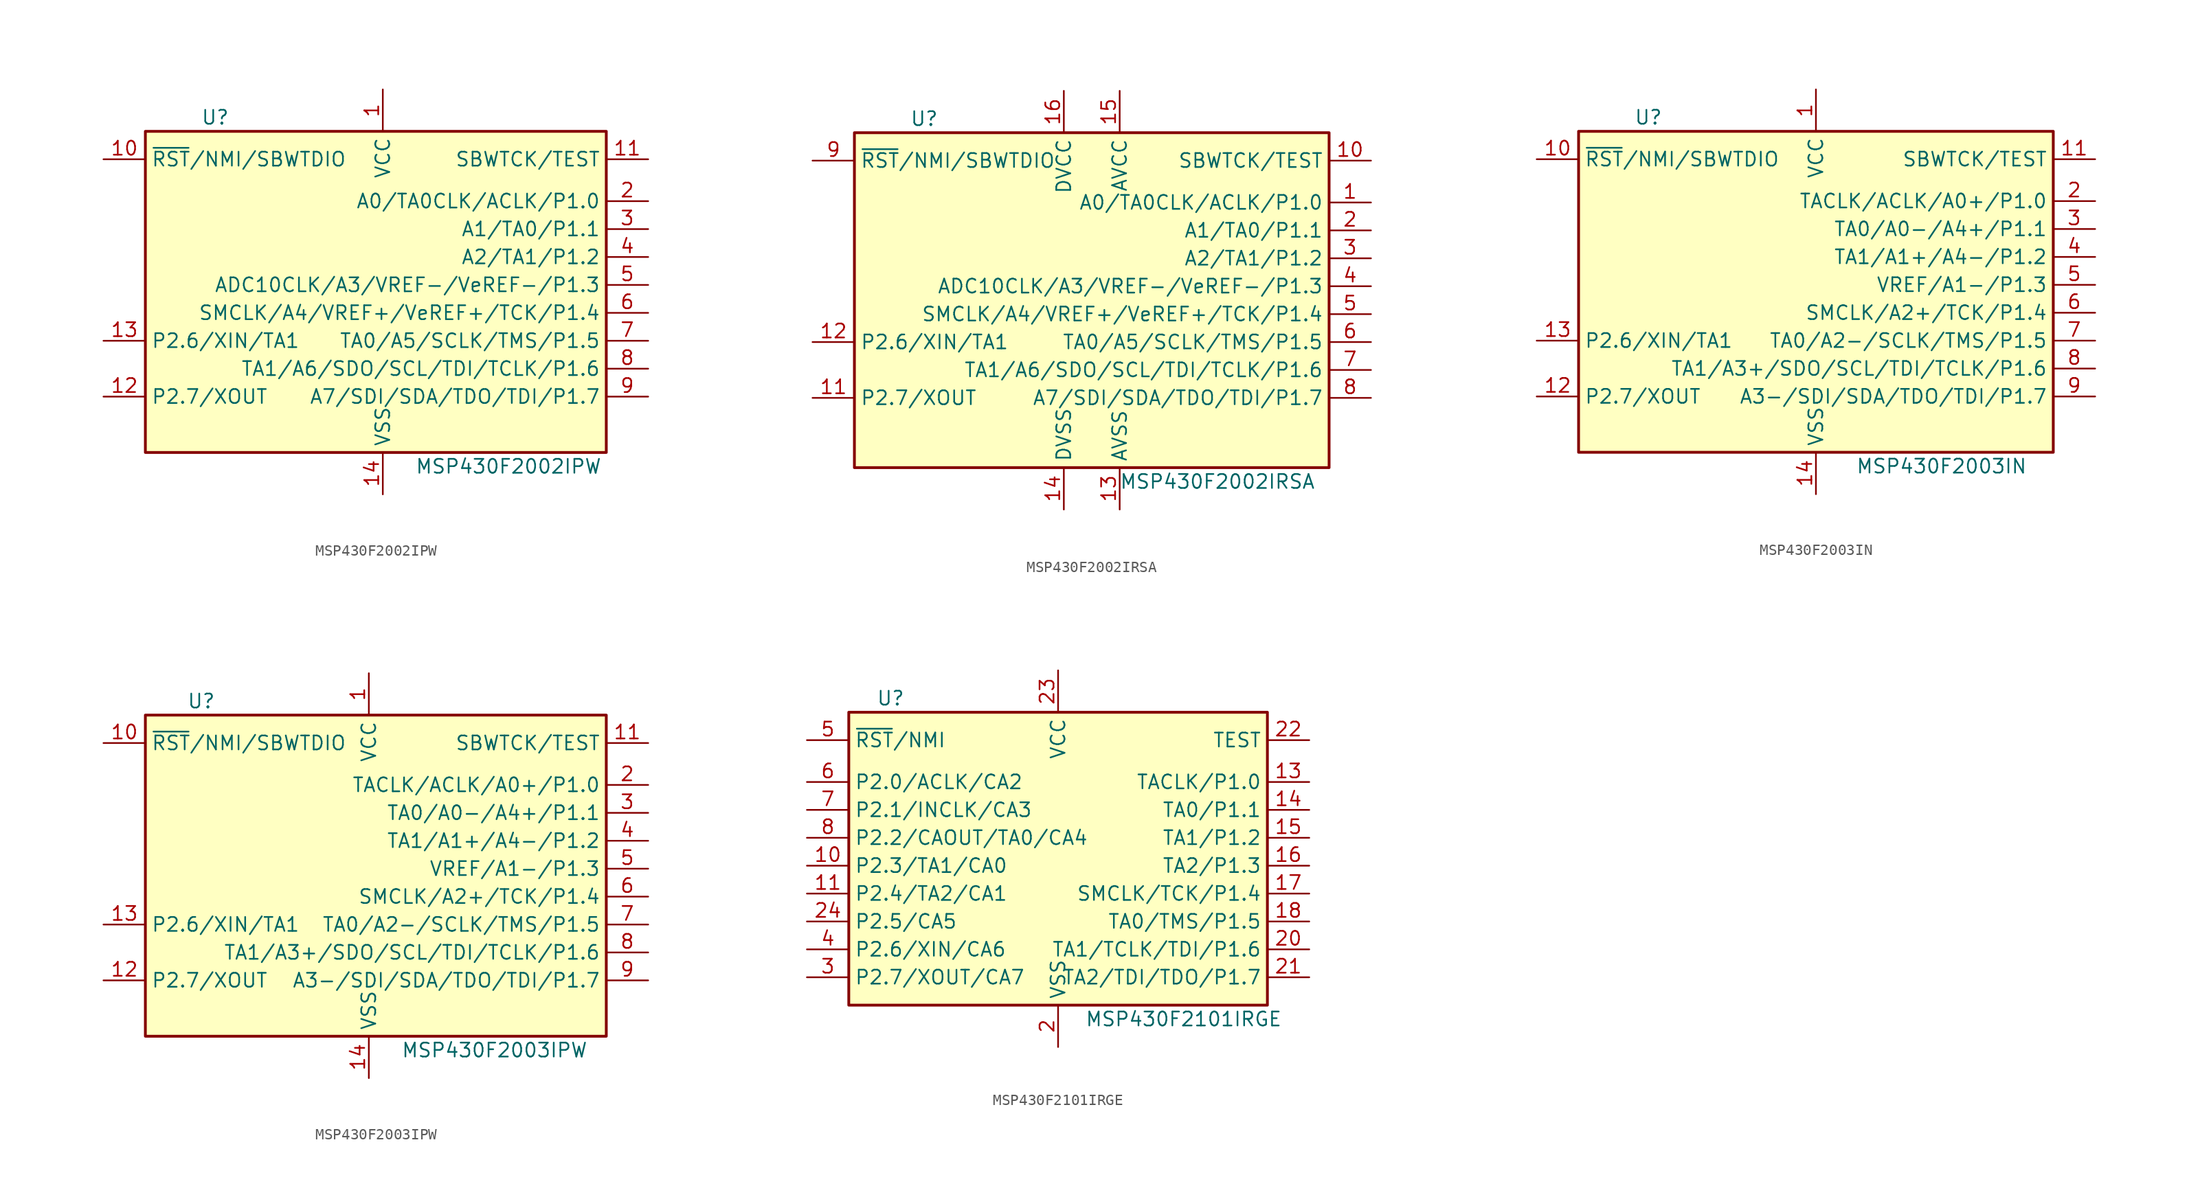
<source format=kicad_sym>
(kicad_symbol_lib
  (version 20231120)
  (generator "kicad_symbol_editor")
  (generator_version "8.0")
  (symbol "MSP430F2002IPW"
    (property "Reference" "U"
      (at -15.24 15.24 0)
      (effects (font (size 1.27 1.27))))
    (property "Value" "MSP430F2002IPW"
      (at 11.43 -16.51 0)
      (effects (font (size 1.27 1.27))))
    (symbol "MSP430F2002IPW_0_1"
      (rectangle (start -21.59 13.97) (end 20.32 -15.24) (stroke (width 0.254) (type default)) (fill (type background))))
    (symbol "MSP430F2002IPW_1_1"
      (pin power_in line (at 0 17.78 270) (length 3.81) (name "VCC" (effects (font (size 1.27 1.27)))) (number "1" (effects (font (size 1.27 1.27)))))
      (pin input line (at -25.4 11.43 0) (length 3.81) (name "~{RST}/NMI/SBWTDIO" (effects (font (size 1.27 1.27)))) (number "10" (effects (font (size 1.27 1.27)))))
      (pin input line (at 24.13 11.43 180) (length 3.81) (name "SBWTCK/TEST" (effects (font (size 1.27 1.27)))) (number "11" (effects (font (size 1.27 1.27)))))
      (pin bidirectional line (at -25.4 -10.16 0) (length 3.81) (name "P2.7/XOUT" (effects (font (size 1.27 1.27)))) (number "12" (effects (font (size 1.27 1.27)))))
      (pin bidirectional line (at -25.4 -5.08 0) (length 3.81) (name "P2.6/XIN/TA1" (effects (font (size 1.27 1.27)))) (number "13" (effects (font (size 1.27 1.27)))))
      (pin power_in line (at 0 -19.05 90) (length 3.81) (name "VSS" (effects (font (size 1.27 1.27)))) (number "14" (effects (font (size 1.27 1.27)))))
      (pin bidirectional line (at 24.13 7.62 180) (length 3.81) (name "A0/TA0CLK/ACLK/P1.0" (effects (font (size 1.27 1.27)))) (number "2" (effects (font (size 1.27 1.27)))))
      (pin bidirectional line (at 24.13 5.08 180) (length 3.81) (name "A1/TA0/P1.1" (effects (font (size 1.27 1.27)))) (number "3" (effects (font (size 1.27 1.27)))))
      (pin bidirectional line (at 24.13 2.54 180) (length 3.81) (name "A2/TA1/P1.2" (effects (font (size 1.27 1.27)))) (number "4" (effects (font (size 1.27 1.27)))))
      (pin bidirectional line (at 24.13 0 180) (length 3.81) (name "ADC10CLK/A3/VREF-/VeREF-/P1.3" (effects (font (size 1.27 1.27)))) (number "5" (effects (font (size 1.27 1.27)))))
      (pin bidirectional line (at 24.13 -2.54 180) (length 3.81) (name "SMCLK/A4/VREF+/VeREF+/TCK/P1.4" (effects (font (size 1.27 1.27)))) (number "6" (effects (font (size 1.27 1.27)))))
      (pin bidirectional line (at 24.13 -5.08 180) (length 3.81) (name "TA0/A5/SCLK/TMS/P1.5" (effects (font (size 1.27 1.27)))) (number "7" (effects (font (size 1.27 1.27)))))
      (pin bidirectional line (at 24.13 -7.62 180) (length 3.81) (name "TA1/A6/SDO/SCL/TDI/TCLK/P1.6" (effects (font (size 1.27 1.27)))) (number "8" (effects (font (size 1.27 1.27)))))
      (pin bidirectional line (at 24.13 -10.16 180) (length 3.81) (name "A7/SDI/SDA/TDO/TDI/P1.7" (effects (font (size 1.27 1.27)))) (number "9" (effects (font (size 1.27 1.27)))))))
  (symbol "MSP430F2002IRSA"
    (property "Reference" "U"
      (at -15.24 15.24 0)
      (effects (font (size 1.27 1.27))))
    (property "Value" "MSP430F2002IRSA"
      (at 11.43 -17.78 0)
      (effects (font (size 1.27 1.27))))
    (symbol "MSP430F2002IRSA_0_1"
      (rectangle (start -21.59 13.97) (end 21.59 -16.51) (stroke (width 0.254) (type default)) (fill (type background))))
    (symbol "MSP430F2002IRSA_1_1"
      (pin bidirectional line (at 25.4 7.62 180) (length 3.81) (name "A0/TA0CLK/ACLK/P1.0" (effects (font (size 1.27 1.27)))) (number "1" (effects (font (size 1.27 1.27)))))
      (pin input line (at 25.4 11.43 180) (length 3.81) (name "SBWTCK/TEST" (effects (font (size 1.27 1.27)))) (number "10" (effects (font (size 1.27 1.27)))))
      (pin bidirectional line (at -25.4 -10.16 0) (length 3.81) (name "P2.7/XOUT" (effects (font (size 1.27 1.27)))) (number "11" (effects (font (size 1.27 1.27)))))
      (pin bidirectional line (at -25.4 -5.08 0) (length 3.81) (name "P2.6/XIN/TA1" (effects (font (size 1.27 1.27)))) (number "12" (effects (font (size 1.27 1.27)))))
      (pin power_in line (at 2.54 -20.32 90) (length 3.81) (name "AVSS" (effects (font (size 1.27 1.27)))) (number "13" (effects (font (size 1.27 1.27)))))
      (pin power_in line (at -2.54 -20.32 90) (length 3.81) (name "DVSS" (effects (font (size 1.27 1.27)))) (number "14" (effects (font (size 1.27 1.27)))))
      (pin power_in line (at 2.54 17.78 270) (length 3.81) (name "AVCC" (effects (font (size 1.27 1.27)))) (number "15" (effects (font (size 1.27 1.27)))))
      (pin power_in line (at -2.54 17.78 270) (length 3.81) (name "DVCC" (effects (font (size 1.27 1.27)))) (number "16" (effects (font (size 1.27 1.27)))))
      (pin bidirectional line (at 25.4 5.08 180) (length 3.81) (name "A1/TA0/P1.1" (effects (font (size 1.27 1.27)))) (number "2" (effects (font (size 1.27 1.27)))))
      (pin bidirectional line (at 25.4 2.54 180) (length 3.81) (name "A2/TA1/P1.2" (effects (font (size 1.27 1.27)))) (number "3" (effects (font (size 1.27 1.27)))))
      (pin bidirectional line (at 25.4 0 180) (length 3.81) (name "ADC10CLK/A3/VREF-/VeREF-/P1.3" (effects (font (size 1.27 1.27)))) (number "4" (effects (font (size 1.27 1.27)))))
      (pin bidirectional line (at 25.4 -2.54 180) (length 3.81) (name "SMCLK/A4/VREF+/VeREF+/TCK/P1.4" (effects (font (size 1.27 1.27)))) (number "5" (effects (font (size 1.27 1.27)))))
      (pin bidirectional line (at 25.4 -5.08 180) (length 3.81) (name "TA0/A5/SCLK/TMS/P1.5" (effects (font (size 1.27 1.27)))) (number "6" (effects (font (size 1.27 1.27)))))
      (pin bidirectional line (at 25.4 -7.62 180) (length 3.81) (name "TA1/A6/SDO/SCL/TDI/TCLK/P1.6" (effects (font (size 1.27 1.27)))) (number "7" (effects (font (size 1.27 1.27)))))
      (pin bidirectional line (at 25.4 -10.16 180) (length 3.81) (name "A7/SDI/SDA/TDO/TDI/P1.7" (effects (font (size 1.27 1.27)))) (number "8" (effects (font (size 1.27 1.27)))))
      (pin input line (at -25.4 11.43 0) (length 3.81) (name "~{RST}/NMI/SBWTDIO" (effects (font (size 1.27 1.27)))) (number "9" (effects (font (size 1.27 1.27)))))))
  (symbol "MSP430F2003IN"
    (property "Reference" "U"
      (at -15.24 15.24 0)
      (effects (font (size 1.27 1.27))))
    (property "Value" "MSP430F2003IN"
      (at 11.43 -16.51 0)
      (effects (font (size 1.27 1.27))))
    (symbol "MSP430F2003IN_0_1"
      (rectangle (start -21.59 13.97) (end 21.59 -15.24) (stroke (width 0.254) (type default)) (fill (type background))))
    (symbol "MSP430F2003IN_1_1"
      (pin power_in line (at 0 17.78 270) (length 3.81) (name "VCC" (effects (font (size 1.27 1.27)))) (number "1" (effects (font (size 1.27 1.27)))))
      (pin input line (at -25.4 11.43 0) (length 3.81) (name "~{RST}/NMI/SBWTDIO" (effects (font (size 1.27 1.27)))) (number "10" (effects (font (size 1.27 1.27)))))
      (pin input line (at 25.4 11.43 180) (length 3.81) (name "SBWTCK/TEST" (effects (font (size 1.27 1.27)))) (number "11" (effects (font (size 1.27 1.27)))))
      (pin bidirectional line (at -25.4 -10.16 0) (length 3.81) (name "P2.7/XOUT" (effects (font (size 1.27 1.27)))) (number "12" (effects (font (size 1.27 1.27)))))
      (pin bidirectional line (at -25.4 -5.08 0) (length 3.81) (name "P2.6/XIN/TA1" (effects (font (size 1.27 1.27)))) (number "13" (effects (font (size 1.27 1.27)))))
      (pin power_in line (at 0 -19.05 90) (length 3.81) (name "VSS" (effects (font (size 1.27 1.27)))) (number "14" (effects (font (size 1.27 1.27)))))
      (pin bidirectional line (at 25.4 7.62 180) (length 3.81) (name "TACLK/ACLK/A0+/P1.0" (effects (font (size 1.27 1.27)))) (number "2" (effects (font (size 1.27 1.27)))))
      (pin bidirectional line (at 25.4 5.08 180) (length 3.81) (name "TA0/A0-/A4+/P1.1" (effects (font (size 1.27 1.27)))) (number "3" (effects (font (size 1.27 1.27)))))
      (pin bidirectional line (at 25.4 2.54 180) (length 3.81) (name "TA1/A1+/A4-/P1.2" (effects (font (size 1.27 1.27)))) (number "4" (effects (font (size 1.27 1.27)))))
      (pin bidirectional line (at 25.4 0 180) (length 3.81) (name "VREF/A1-/P1.3" (effects (font (size 1.27 1.27)))) (number "5" (effects (font (size 1.27 1.27)))))
      (pin bidirectional line (at 25.4 -2.54 180) (length 3.81) (name "SMCLK/A2+/TCK/P1.4" (effects (font (size 1.27 1.27)))) (number "6" (effects (font (size 1.27 1.27)))))
      (pin bidirectional line (at 25.4 -5.08 180) (length 3.81) (name "TA0/A2-/SCLK/TMS/P1.5" (effects (font (size 1.27 1.27)))) (number "7" (effects (font (size 1.27 1.27)))))
      (pin bidirectional line (at 25.4 -7.62 180) (length 3.81) (name "TA1/A3+/SDO/SCL/TDI/TCLK/P1.6" (effects (font (size 1.27 1.27)))) (number "8" (effects (font (size 1.27 1.27)))))
      (pin bidirectional line (at 25.4 -10.16 180) (length 3.81) (name "A3-/SDI/SDA/TDO/TDI/P1.7" (effects (font (size 1.27 1.27)))) (number "9" (effects (font (size 1.27 1.27)))))))
  (symbol "MSP430F2003IPW"
    (property "Reference" "U"
      (at -15.24 15.24 0)
      (effects (font (size 1.27 1.27))))
    (property "Value" "MSP430F2003IPW"
      (at 11.43 -16.51 0)
      (effects (font (size 1.27 1.27))))
    (symbol "MSP430F2003IPW_0_1"
      (rectangle (start -20.32 13.97) (end 21.59 -15.24) (stroke (width 0.254) (type default)) (fill (type background))))
    (symbol "MSP430F2003IPW_1_1"
      (pin power_in line (at 0 17.78 270) (length 3.81) (name "VCC" (effects (font (size 1.27 1.27)))) (number "1" (effects (font (size 1.27 1.27)))))
      (pin input line (at -24.13 11.43 0) (length 3.81) (name "~{RST}/NMI/SBWTDIO" (effects (font (size 1.27 1.27)))) (number "10" (effects (font (size 1.27 1.27)))))
      (pin input line (at 25.4 11.43 180) (length 3.81) (name "SBWTCK/TEST" (effects (font (size 1.27 1.27)))) (number "11" (effects (font (size 1.27 1.27)))))
      (pin bidirectional line (at -24.13 -10.16 0) (length 3.81) (name "P2.7/XOUT" (effects (font (size 1.27 1.27)))) (number "12" (effects (font (size 1.27 1.27)))))
      (pin bidirectional line (at -24.13 -5.08 0) (length 3.81) (name "P2.6/XIN/TA1" (effects (font (size 1.27 1.27)))) (number "13" (effects (font (size 1.27 1.27)))))
      (pin power_in line (at 0 -19.05 90) (length 3.81) (name "VSS" (effects (font (size 1.27 1.27)))) (number "14" (effects (font (size 1.27 1.27)))))
      (pin bidirectional line (at 25.4 7.62 180) (length 3.81) (name "TACLK/ACLK/A0+/P1.0" (effects (font (size 1.27 1.27)))) (number "2" (effects (font (size 1.27 1.27)))))
      (pin bidirectional line (at 25.4 5.08 180) (length 3.81) (name "TA0/A0-/A4+/P1.1" (effects (font (size 1.27 1.27)))) (number "3" (effects (font (size 1.27 1.27)))))
      (pin bidirectional line (at 25.4 2.54 180) (length 3.81) (name "TA1/A1+/A4-/P1.2" (effects (font (size 1.27 1.27)))) (number "4" (effects (font (size 1.27 1.27)))))
      (pin bidirectional line (at 25.4 0 180) (length 3.81) (name "VREF/A1-/P1.3" (effects (font (size 1.27 1.27)))) (number "5" (effects (font (size 1.27 1.27)))))
      (pin bidirectional line (at 25.4 -2.54 180) (length 3.81) (name "SMCLK/A2+/TCK/P1.4" (effects (font (size 1.27 1.27)))) (number "6" (effects (font (size 1.27 1.27)))))
      (pin bidirectional line (at 25.4 -5.08 180) (length 3.81) (name "TA0/A2-/SCLK/TMS/P1.5" (effects (font (size 1.27 1.27)))) (number "7" (effects (font (size 1.27 1.27)))))
      (pin bidirectional line (at 25.4 -7.62 180) (length 3.81) (name "TA1/A3+/SDO/SCL/TDI/TCLK/P1.6" (effects (font (size 1.27 1.27)))) (number "8" (effects (font (size 1.27 1.27)))))
      (pin bidirectional line (at 25.4 -10.16 180) (length 3.81) (name "A3-/SDI/SDA/TDO/TDI/P1.7" (effects (font (size 1.27 1.27)))) (number "9" (effects (font (size 1.27 1.27)))))))
  (symbol "MSP430F2101IRGE"
    (property "Reference" "U"
      (at -15.24 15.24 0)
      (effects (font (size 1.27 1.27))))
    (property "Value" "MSP430F2101IRGE"
      (at 11.43 -13.97 0)
      (effects (font (size 1.27 1.27))))
    (symbol "MSP430F2101IRGE_0_1"
      (rectangle (start -19.05 13.97) (end 19.05 -12.7) (stroke (width 0.254) (type default)) (fill (type background))))
    (symbol "MSP430F2101IRGE_1_1"
      (pin bidirectional line (at -22.86 0 0) (length 3.81) (name "P2.3/TA1/CA0" (effects (font (size 1.27 1.27)))) (number "10" (effects (font (size 1.27 1.27)))))
      (pin bidirectional line (at -22.86 -2.54 0) (length 3.81) (name "P2.4/TA2/CA1" (effects (font (size 1.27 1.27)))) (number "11" (effects (font (size 1.27 1.27)))))
      (pin bidirectional line (at 22.86 7.62 180) (length 3.81) (name "TACLK/P1.0" (effects (font (size 1.27 1.27)))) (number "13" (effects (font (size 1.27 1.27)))))
      (pin bidirectional line (at 22.86 5.08 180) (length 3.81) (name "TA0/P1.1" (effects (font (size 1.27 1.27)))) (number "14" (effects (font (size 1.27 1.27)))))
      (pin bidirectional line (at 22.86 2.54 180) (length 3.81) (name "TA1/P1.2" (effects (font (size 1.27 1.27)))) (number "15" (effects (font (size 1.27 1.27)))))
      (pin bidirectional line (at 22.86 0 180) (length 3.81) (name "TA2/P1.3" (effects (font (size 1.27 1.27)))) (number "16" (effects (font (size 1.27 1.27)))))
      (pin bidirectional line (at 22.86 -2.54 180) (length 3.81) (name "SMCLK/TCK/P1.4" (effects (font (size 1.27 1.27)))) (number "17" (effects (font (size 1.27 1.27)))))
      (pin bidirectional line (at 22.86 -5.08 180) (length 3.81) (name "TA0/TMS/P1.5" (effects (font (size 1.27 1.27)))) (number "18" (effects (font (size 1.27 1.27)))))
      (pin power_in line (at 0 -16.51 90) (length 3.81) (name "VSS" (effects (font (size 1.27 1.27)))) (number "2" (effects (font (size 1.27 1.27)))))
      (pin bidirectional line (at 22.86 -7.62 180) (length 3.81) (name "TA1/TCLK/TDI/P1.6" (effects (font (size 1.27 1.27)))) (number "20" (effects (font (size 1.27 1.27)))))
      (pin bidirectional line (at 22.86 -10.16 180) (length 3.81) (name "TA2/TDI/TDO/P1.7" (effects (font (size 1.27 1.27)))) (number "21" (effects (font (size 1.27 1.27)))))
      (pin input line (at 22.86 11.43 180) (length 3.81) (name "TEST" (effects (font (size 1.27 1.27)))) (number "22" (effects (font (size 1.27 1.27)))))
      (pin power_in line (at 0 17.78 270) (length 3.81) (name "VCC" (effects (font (size 1.27 1.27)))) (number "23" (effects (font (size 1.27 1.27)))))
      (pin bidirectional line (at -22.86 -5.08 0) (length 3.81) (name "P2.5/CA5" (effects (font (size 1.27 1.27)))) (number "24" (effects (font (size 1.27 1.27)))))
      (pin bidirectional line (at -22.86 -10.16 0) (length 3.81) (name "P2.7/XOUT/CA7" (effects (font (size 1.27 1.27)))) (number "3" (effects (font (size 1.27 1.27)))))
      (pin bidirectional line (at -22.86 -7.62 0) (length 3.81) (name "P2.6/XIN/CA6" (effects (font (size 1.27 1.27)))) (number "4" (effects (font (size 1.27 1.27)))))
      (pin input line (at -22.86 11.43 0) (length 3.81) (name "~{RST}/NMI" (effects (font (size 1.27 1.27)))) (number "5" (effects (font (size 1.27 1.27)))))
      (pin bidirectional line (at -22.86 7.62 0) (length 3.81) (name "P2.0/ACLK/CA2" (effects (font (size 1.27 1.27)))) (number "6" (effects (font (size 1.27 1.27)))))
      (pin bidirectional line (at -22.86 5.08 0) (length 3.81) (name "P2.1/INCLK/CA3" (effects (font (size 1.27 1.27)))) (number "7" (effects (font (size 1.27 1.27)))))
      (pin bidirectional line (at -22.86 2.54 0) (length 3.81) (name "P2.2/CAOUT/TA0/CA4" (effects (font (size 1.27 1.27)))) (number "8" (effects (font (size 1.27 1.27))))))))
</source>
